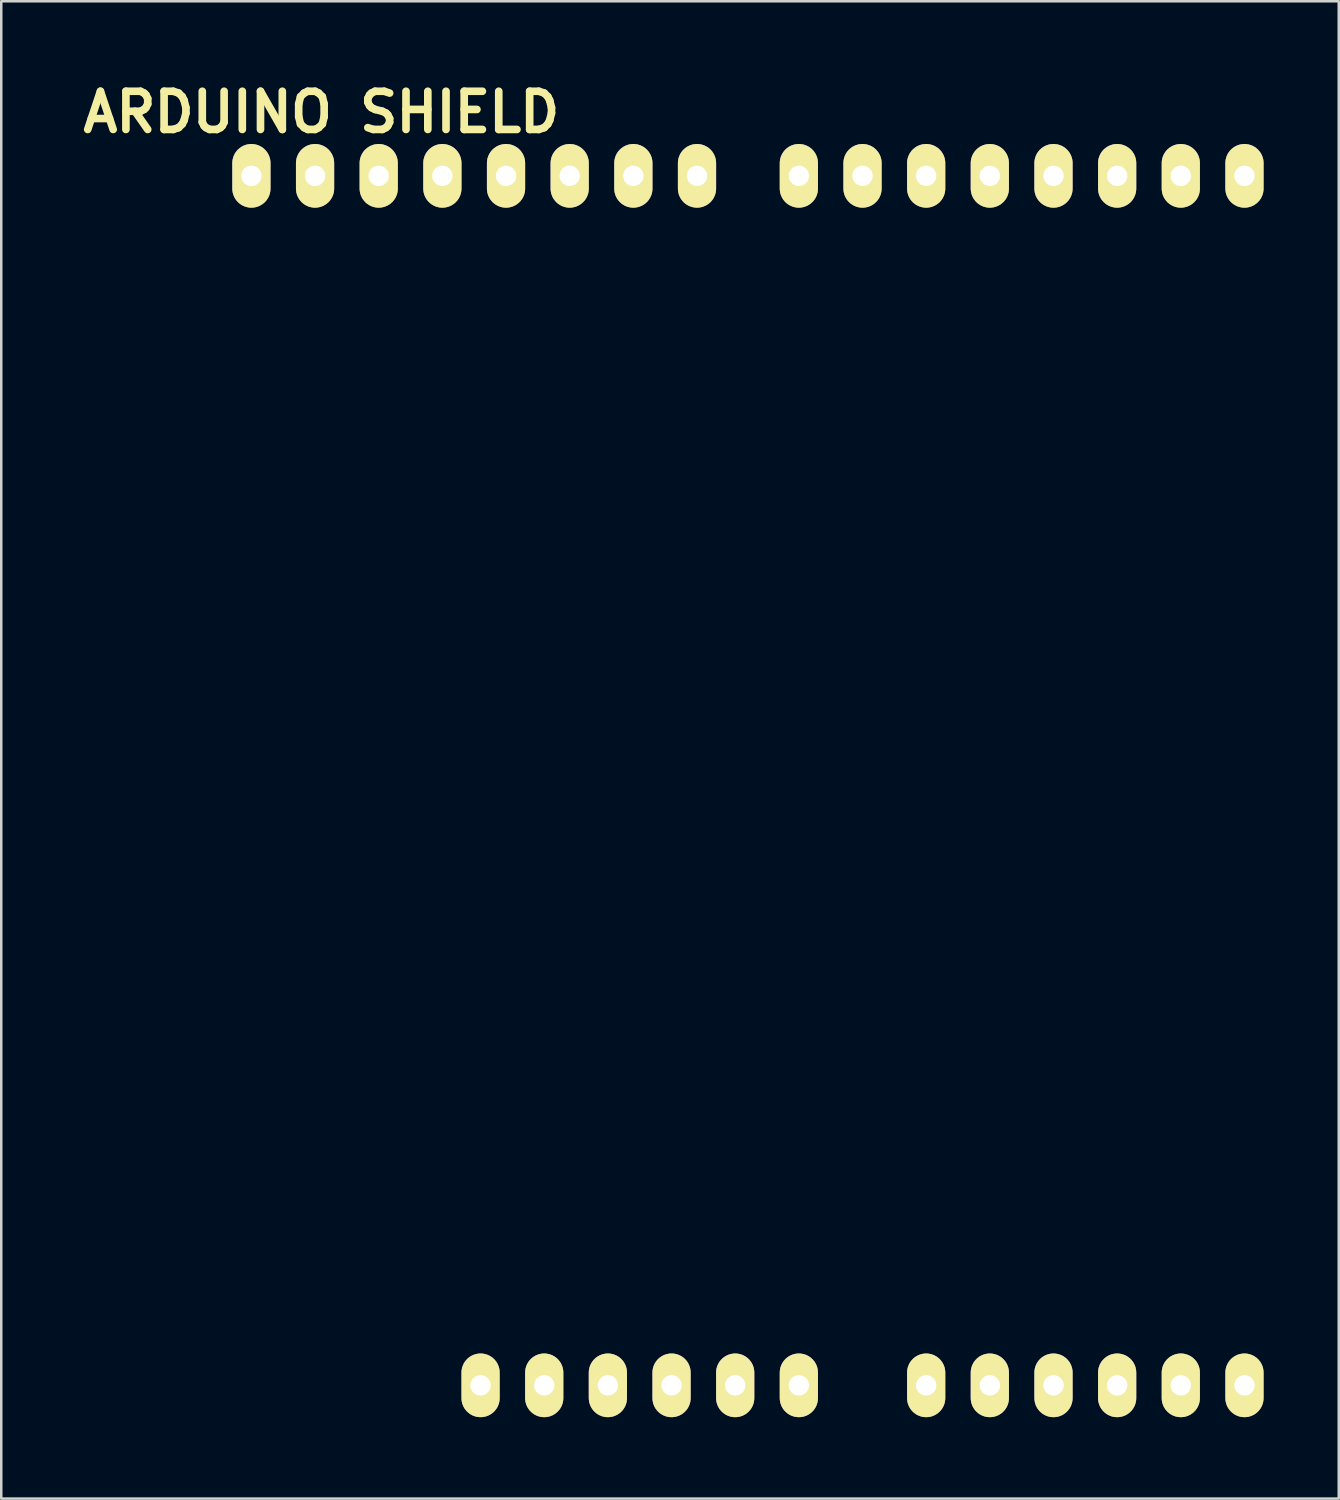
<source format=kicad_pcb>
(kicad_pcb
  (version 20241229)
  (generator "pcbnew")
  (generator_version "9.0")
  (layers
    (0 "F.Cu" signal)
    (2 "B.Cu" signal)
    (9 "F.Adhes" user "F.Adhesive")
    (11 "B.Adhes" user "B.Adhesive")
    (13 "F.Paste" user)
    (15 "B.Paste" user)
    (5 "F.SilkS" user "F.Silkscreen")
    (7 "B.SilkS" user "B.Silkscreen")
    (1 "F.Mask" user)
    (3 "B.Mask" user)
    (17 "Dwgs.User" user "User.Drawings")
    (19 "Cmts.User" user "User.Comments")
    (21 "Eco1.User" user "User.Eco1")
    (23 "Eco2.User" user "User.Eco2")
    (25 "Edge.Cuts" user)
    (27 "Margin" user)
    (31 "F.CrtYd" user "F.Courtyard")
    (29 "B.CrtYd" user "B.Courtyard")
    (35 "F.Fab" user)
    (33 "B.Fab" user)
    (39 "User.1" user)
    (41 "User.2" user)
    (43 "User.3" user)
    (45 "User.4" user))
  (footprint "ARDUINO SHIELD"
    (layer "F.Cu")
    (at 5.965 53.496)
    (property "Reference" "ARDUINO SHIELD" (at 3.81 -52.07 0) (layer "F.SilkS") (effects (font (size 1.524 1.524) (thickness 0.305))))
    (attr through_hole)
    (pad "0" thru_hole oval (at 40.64 -49.53 90) (size 2.54 1.524) (drill 0.813) (layers "*.Cu" "*.Mask" "F.SilkS"))
    (pad "1" thru_hole oval (at 38.1 -49.53 90) (size 2.54 1.524) (drill 0.813) (layers "*.Cu" "*.Mask" "F.SilkS"))
    (pad "2" thru_hole oval (at 35.56 -49.53 90) (size 2.54 1.524) (drill 0.813) (layers "*.Cu" "*.Mask" "F.SilkS"))
    (pad "3" thru_hole oval (at 33.02 -49.53 90) (size 2.54 1.524) (drill 0.813) (layers "*.Cu" "*.Mask" "F.SilkS"))
    (pad "3V3" thru_hole oval (at 12.7 -1.27 90) (size 2.54 1.524) (drill 0.813) (layers "*.Cu" "*.Mask" "F.SilkS"))
    (pad "4" thru_hole oval (at 30.48 -49.53 90) (size 2.54 1.524) (drill 0.813) (layers "*.Cu" "*.Mask" "F.SilkS"))
    (pad "5" thru_hole oval (at 27.94 -49.53 90) (size 2.54 1.524) (drill 0.813) (layers "*.Cu" "*.Mask" "F.SilkS"))
    (pad "5V" thru_hole oval (at 15.24 -1.27 90) (size 2.54 1.524) (drill 0.813) (layers "*.Cu" "*.Mask" "F.SilkS"))
    (pad "6" thru_hole oval (at 25.4 -49.53 90) (size 2.54 1.524) (drill 0.813) (layers "*.Cu" "*.Mask" "F.SilkS"))
    (pad "7" thru_hole oval (at 22.86 -49.53 90) (size 2.54 1.524) (drill 0.813) (layers "*.Cu" "*.Mask" "F.SilkS"))
    (pad "8" thru_hole oval (at 18.796 -49.53 90) (size 2.54 1.524) (drill 0.813) (layers "*.Cu" "*.Mask" "F.SilkS"))
    (pad "9" thru_hole oval (at 16.256 -49.53 90) (size 2.54 1.524) (drill 0.813) (layers "*.Cu" "*.Mask" "F.SilkS"))
    (pad "10" thru_hole oval (at 13.716 -49.53 90) (size 2.54 1.524) (drill 0.813) (layers "*.Cu" "*.Mask" "F.SilkS"))
    (pad "11" thru_hole oval (at 11.176 -49.53 90) (size 2.54 1.524) (drill 0.813) (layers "*.Cu" "*.Mask" "F.SilkS"))
    (pad "12" thru_hole oval (at 8.636 -49.53 90) (size 2.54 1.524) (drill 0.813) (layers "*.Cu" "*.Mask" "F.SilkS"))
    (pad "13" thru_hole oval (at 6.096 -49.53 90) (size 2.54 1.524) (drill 0.813) (layers "*.Cu" "*.Mask" "F.SilkS"))
    (pad "AD0" thru_hole oval (at 27.94 -1.27 90) (size 2.54 1.524) (drill 0.813) (layers "*.Cu" "*.Mask" "F.SilkS"))
    (pad "AD1" thru_hole oval (at 30.48 -1.27 90) (size 2.54 1.524) (drill 0.813) (layers "*.Cu" "*.Mask" "F.SilkS"))
    (pad "AD2" thru_hole oval (at 33.02 -1.27 90) (size 2.54 1.524) (drill 0.813) (layers "*.Cu" "*.Mask" "F.SilkS"))
    (pad "AD3" thru_hole oval (at 35.56 -1.27 90) (size 2.54 1.524) (drill 0.813) (layers "*.Cu" "*.Mask" "F.SilkS"))
    (pad "AD4" thru_hole oval (at 38.1 -1.27 90) (size 2.54 1.524) (drill 0.813) (layers "*.Cu" "*.Mask" "F.SilkS"))
    (pad "AD5" thru_hole oval (at 40.64 -1.27 90) (size 2.54 1.524) (drill 0.813) (layers "*.Cu" "*.Mask" "F.SilkS"))
    (pad "AREF" thru_hole oval (at 1.016 -49.53 90) (size 2.54 1.524) (drill 0.813) (layers "*.Cu" "*.Mask" "F.SilkS"))
    (pad "GND1" thru_hole oval (at 17.78 -1.27 90) (size 2.54 1.524) (drill 0.813) (layers "*.Cu" "*.Mask" "F.SilkS"))
    (pad "GND2" thru_hole oval (at 20.32 -1.27 90) (size 2.54 1.524) (drill 0.813) (layers "*.Cu" "*.Mask" "F.SilkS"))
    (pad "GND3" thru_hole oval (at 3.556 -49.53 90) (size 2.54 1.524) (drill 0.813) (layers "*.Cu" "*.Mask" "F.SilkS"))
    (pad "RST" thru_hole oval (at 10.16 -1.27 90) (size 2.54 1.524) (drill 0.813) (layers "*.Cu" "*.Mask" "F.SilkS"))
    (pad "V_IN" thru_hole oval (at 22.86 -1.27 90) (size 2.54 1.524) (drill 0.813) (layers "*.Cu" "*.Mask" "F.SilkS")))
  (gr_rect
    (start -3 -3)
    (end 50.367 56.746)
    (stroke (width 0.1) (type default))
    (fill no)
    (layer "Edge.Cuts")))
</source>
